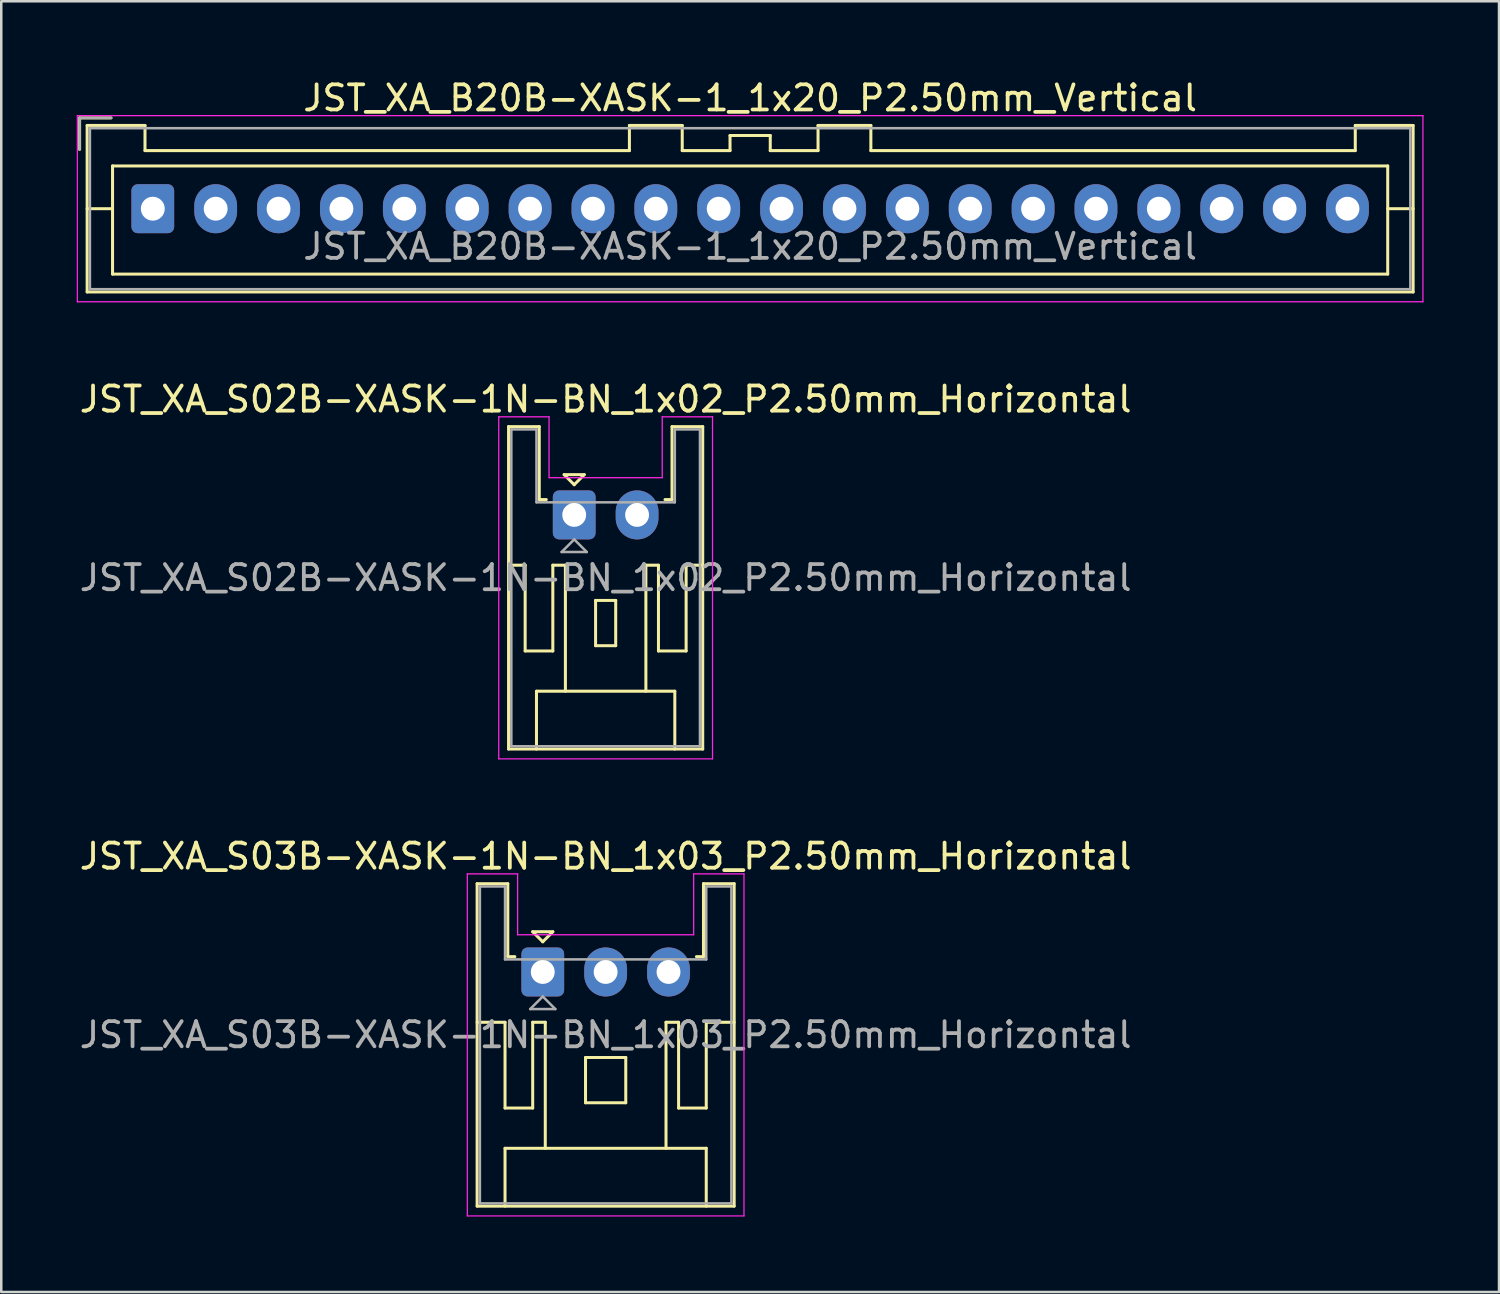
<source format=kicad_pcb>
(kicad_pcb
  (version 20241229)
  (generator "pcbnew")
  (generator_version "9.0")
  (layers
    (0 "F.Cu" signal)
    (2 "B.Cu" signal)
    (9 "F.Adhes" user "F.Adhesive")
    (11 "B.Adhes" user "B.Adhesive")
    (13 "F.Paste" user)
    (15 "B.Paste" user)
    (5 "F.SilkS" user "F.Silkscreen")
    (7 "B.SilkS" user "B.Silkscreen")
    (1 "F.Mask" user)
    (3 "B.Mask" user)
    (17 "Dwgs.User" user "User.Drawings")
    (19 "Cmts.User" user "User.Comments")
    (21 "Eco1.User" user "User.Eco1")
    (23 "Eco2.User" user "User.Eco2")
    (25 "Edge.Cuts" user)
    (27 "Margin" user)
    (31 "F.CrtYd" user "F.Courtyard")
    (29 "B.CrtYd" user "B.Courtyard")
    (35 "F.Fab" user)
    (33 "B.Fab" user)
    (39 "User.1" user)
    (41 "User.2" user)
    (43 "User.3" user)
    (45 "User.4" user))
  (footprint "JST_XA_S03B-XASK-1N-BN_1x03_P2.50mm_Horizontal"
    (layer "F.Cu")
    (at 18.53 35.595)
    (property "Reference" "JST_XA_S03B-XASK-1N-BN_1x03_P2.50mm_Horizontal" (at 2.5 -4.6 0) (layer "F.SilkS") (effects (font (size 1 1) (thickness 0.15))))
    (attr through_hole)
    (fp_line (start -2.61 -3.51) (end -2.61 9.31) (stroke (width 0.12) (type solid)) (layer "F.SilkS"))
    (fp_line (start -2.61 9.31) (end 7.61 9.31) (stroke (width 0.12) (type solid)) (layer "F.SilkS"))
    (fp_line (start -1.5 2) (end -2.61 2) (stroke (width 0.12) (type solid)) (layer "F.SilkS"))
    (fp_line (start -1.5 5.41) (end -1.5 2) (stroke (width 0.12) (type solid)) (layer "F.SilkS"))
    (fp_line (start -1.5 7.01) (end 6.5 7.01) (stroke (width 0.12) (type solid)) (layer "F.SilkS"))
    (fp_line (start -1.5 9.31) (end -1.5 7.01) (stroke (width 0.12) (type solid)) (layer "F.SilkS"))
    (fp_line (start -1.39 -3.51) (end -2.61 -3.51) (stroke (width 0.12) (type solid)) (layer "F.SilkS"))
    (fp_line (start -1.39 -0.61) (end -1.39 -3.51) (stroke (width 0.12) (type solid)) (layer "F.SilkS"))
    (fp_line (start -1.11 -0.61) (end -1.39 -0.61) (stroke (width 0.12) (type solid)) (layer "F.SilkS"))
    (fp_line (start -0.4 -1.6) (end 0.4 -1.6) (stroke (width 0.12) (type solid)) (layer "F.SilkS"))
    (fp_line (start -0.4 2) (end -0.4 5.41) (stroke (width 0.12) (type solid)) (layer "F.SilkS"))
    (fp_line (start -0.4 5.41) (end -1.5 5.41) (stroke (width 0.12) (type solid)) (layer "F.SilkS"))
    (fp_line (start 0 -1.2) (end -0.4 -1.6) (stroke (width 0.12) (type solid)) (layer "F.SilkS"))
    (fp_line (start 0.1 2) (end -0.4 2) (stroke (width 0.12) (type solid)) (layer "F.SilkS"))
    (fp_line (start 0.1 7.01) (end 0.1 2) (stroke (width 0.12) (type solid)) (layer "F.SilkS"))
    (fp_line (start 0.4 -1.6) (end 0 -1.2) (stroke (width 0.12) (type solid)) (layer "F.SilkS"))
    (fp_line (start 1.7 3.4) (end 3.3 3.4) (stroke (width 0.12) (type solid)) (layer "F.SilkS"))
    (fp_line (start 1.7 5.2) (end 1.7 3.4) (stroke (width 0.12) (type solid)) (layer "F.SilkS"))
    (fp_line (start 3.3 3.4) (end 3.3 5.2) (stroke (width 0.12) (type solid)) (layer "F.SilkS"))
    (fp_line (start 3.3 5.2) (end 1.7 5.2) (stroke (width 0.12) (type solid)) (layer "F.SilkS"))
    (fp_line (start 4.9 2) (end 5.4 2) (stroke (width 0.12) (type solid)) (layer "F.SilkS"))
    (fp_line (start 4.9 7.01) (end 4.9 2) (stroke (width 0.12) (type solid)) (layer "F.SilkS"))
    (fp_line (start 5.4 2) (end 5.4 5.41) (stroke (width 0.12) (type solid)) (layer "F.SilkS"))
    (fp_line (start 5.4 5.41) (end 6.5 5.41) (stroke (width 0.12) (type solid)) (layer "F.SilkS"))
    (fp_line (start 6.39 -3.51) (end 6.39 -0.61) (stroke (width 0.12) (type solid)) (layer "F.SilkS"))
    (fp_line (start 6.39 -0.61) (end 6.11 -0.61) (stroke (width 0.12) (type solid)) (layer "F.SilkS"))
    (fp_line (start 6.5 2) (end 7.61 2) (stroke (width 0.12) (type solid)) (layer "F.SilkS"))
    (fp_line (start 6.5 5.41) (end 6.5 2) (stroke (width 0.12) (type solid)) (layer "F.SilkS"))
    (fp_line (start 6.5 7.01) (end 6.5 9.31) (stroke (width 0.12) (type solid)) (layer "F.SilkS"))
    (fp_line (start 7.61 -3.51) (end 6.39 -3.51) (stroke (width 0.12) (type solid)) (layer "F.SilkS"))
    (fp_line (start 7.61 9.31) (end 7.61 -3.51) (stroke (width 0.12) (type solid)) (layer "F.SilkS"))
    (fp_line (start -3 -3.9) (end -3 9.7) (stroke (width 0.05) (type solid)) (layer "F.CrtYd"))
    (fp_line (start -3 9.7) (end 8 9.7) (stroke (width 0.05) (type solid)) (layer "F.CrtYd"))
    (fp_line (start -1 -3.9) (end -3 -3.9) (stroke (width 0.05) (type solid)) (layer "F.CrtYd"))
    (fp_line (start -1 -1.48) (end -1 -3.9) (stroke (width 0.05) (type solid)) (layer "F.CrtYd"))
    (fp_line (start 6 -3.9) (end 6 -1.48) (stroke (width 0.05) (type solid)) (layer "F.CrtYd"))
    (fp_line (start 6 -1.48) (end -1 -1.48) (stroke (width 0.05) (type solid)) (layer "F.CrtYd"))
    (fp_line (start 8 -3.9) (end 6 -3.9) (stroke (width 0.05) (type solid)) (layer "F.CrtYd"))
    (fp_line (start 8 9.7) (end 8 -3.9) (stroke (width 0.05) (type solid)) (layer "F.CrtYd"))
    (fp_line (start -2.5 -3.4) (end -2.5 9.2) (stroke (width 0.1) (type solid)) (layer "F.Fab"))
    (fp_line (start -2.5 9.2) (end 7.5 9.2) (stroke (width 0.1) (type solid)) (layer "F.Fab"))
    (fp_line (start -1.5 -3.4) (end -2.5 -3.4) (stroke (width 0.1) (type solid)) (layer "F.Fab"))
    (fp_line (start -1.5 -0.5) (end -1.5 -3.4) (stroke (width 0.1) (type solid)) (layer "F.Fab"))
    (fp_line (start -0.5 1.475) (end 0.5 1.475) (stroke (width 0.1) (type solid)) (layer "F.Fab"))
    (fp_line (start 0 0.975) (end -0.5 1.475) (stroke (width 0.1) (type solid)) (layer "F.Fab"))
    (fp_line (start 0.5 1.475) (end 0 0.975) (stroke (width 0.1) (type solid)) (layer "F.Fab"))
    (fp_line (start 6.5 -3.4) (end 6.5 -0.5) (stroke (width 0.1) (type solid)) (layer "F.Fab"))
    (fp_line (start 6.5 -0.5) (end -1.5 -0.5) (stroke (width 0.1) (type solid)) (layer "F.Fab"))
    (fp_line (start 7.5 -3.4) (end 6.5 -3.4) (stroke (width 0.1) (type solid)) (layer "F.Fab"))
    (fp_line (start 7.5 9.2) (end 7.5 -3.4) (stroke (width 0.1) (type solid)) (layer "F.Fab"))
    (fp_text user "${REFERENCE}" (at 2.5 2.5 0) (layer "F.Fab") (effects (font (size 1 1) (thickness 0.15))))
    (pad "1" thru_hole roundrect (at 0 0) (size 1.7 1.95) (drill 0.95) (layers "*.Cu" "*.Mask") (roundrect_rratio 0.147))
    (pad "2" thru_hole oval (at 2.5 0) (size 1.7 1.95) (drill 0.95) (layers "*.Cu" "*.Mask"))
    (pad "3" thru_hole oval (at 5 0) (size 1.7 1.95) (drill 0.95) (layers "*.Cu" "*.Mask")))
  (footprint "JST_XA_B20B-XASK-1_1x20_P2.50mm_Vertical"
    (layer "F.Cu")
    (at 3.025 5.248)
    (property "Reference" "JST_XA_B20B-XASK-1_1x20_P2.50mm_Vertical" (at 23.75 -4.4 0) (layer "F.SilkS") (effects (font (size 1 1) (thickness 0.15))))
    (attr through_hole)
    (fp_line (start -2.91 -3.61) (end -2.91 -2.36) (stroke (width 0.12) (type solid)) (layer "F.SilkS"))
    (fp_line (start -2.61 -3.31) (end -2.61 3.31) (stroke (width 0.12) (type solid)) (layer "F.SilkS"))
    (fp_line (start -2.61 0) (end -1.6 0) (stroke (width 0.12) (type solid)) (layer "F.SilkS"))
    (fp_line (start -2.61 3.31) (end 50.11 3.31) (stroke (width 0.12) (type solid)) (layer "F.SilkS"))
    (fp_line (start -1.66 -3.61) (end -2.91 -3.61) (stroke (width 0.12) (type solid)) (layer "F.SilkS"))
    (fp_line (start -1.6 -1.7) (end -1.6 2.6) (stroke (width 0.12) (type solid)) (layer "F.SilkS"))
    (fp_line (start -1.6 2.6) (end 49.1 2.6) (stroke (width 0.12) (type solid)) (layer "F.SilkS"))
    (fp_line (start -0.31 -3.31) (end -2.61 -3.31) (stroke (width 0.12) (type solid)) (layer "F.SilkS"))
    (fp_line (start -0.31 -2.31) (end -0.31 -3.31) (stroke (width 0.12) (type solid)) (layer "F.SilkS"))
    (fp_line (start 18.95 -3.31) (end 18.95 -2.31) (stroke (width 0.12) (type solid)) (layer "F.SilkS"))
    (fp_line (start 18.95 -2.31) (end -0.31 -2.31) (stroke (width 0.12) (type solid)) (layer "F.SilkS"))
    (fp_line (start 21.05 -3.31) (end 18.95 -3.31) (stroke (width 0.12) (type solid)) (layer "F.SilkS"))
    (fp_line (start 21.05 -2.31) (end 21.05 -3.31) (stroke (width 0.12) (type solid)) (layer "F.SilkS"))
    (fp_line (start 22.95 -2.91) (end 22.95 -2.31) (stroke (width 0.12) (type solid)) (layer "F.SilkS"))
    (fp_line (start 22.95 -2.31) (end 21.05 -2.31) (stroke (width 0.12) (type solid)) (layer "F.SilkS"))
    (fp_line (start 24.55 -2.91) (end 22.95 -2.91) (stroke (width 0.12) (type solid)) (layer "F.SilkS"))
    (fp_line (start 24.55 -2.31) (end 24.55 -2.91) (stroke (width 0.12) (type solid)) (layer "F.SilkS"))
    (fp_line (start 26.45 -3.31) (end 26.45 -2.31) (stroke (width 0.12) (type solid)) (layer "F.SilkS"))
    (fp_line (start 26.45 -2.31) (end 24.55 -2.31) (stroke (width 0.12) (type solid)) (layer "F.SilkS"))
    (fp_line (start 28.55 -3.31) (end 26.45 -3.31) (stroke (width 0.12) (type solid)) (layer "F.SilkS"))
    (fp_line (start 28.55 -2.31) (end 28.55 -3.31) (stroke (width 0.12) (type solid)) (layer "F.SilkS"))
    (fp_line (start 47.81 -3.31) (end 47.81 -2.31) (stroke (width 0.12) (type solid)) (layer "F.SilkS"))
    (fp_line (start 47.81 -2.31) (end 28.55 -2.31) (stroke (width 0.12) (type solid)) (layer "F.SilkS"))
    (fp_line (start 49.1 -1.7) (end -1.6 -1.7) (stroke (width 0.12) (type solid)) (layer "F.SilkS"))
    (fp_line (start 49.1 2.6) (end 49.1 -1.7) (stroke (width 0.12) (type solid)) (layer "F.SilkS"))
    (fp_line (start 50.11 -3.31) (end 47.81 -3.31) (stroke (width 0.12) (type solid)) (layer "F.SilkS"))
    (fp_line (start 50.11 0) (end 49.1 0) (stroke (width 0.12) (type solid)) (layer "F.SilkS"))
    (fp_line (start 50.11 3.31) (end 50.11 -3.31) (stroke (width 0.12) (type solid)) (layer "F.SilkS"))
    (fp_line (start -3 -3.7) (end -3 3.7) (stroke (width 0.05) (type solid)) (layer "F.CrtYd"))
    (fp_line (start -3 3.7) (end 50.5 3.7) (stroke (width 0.05) (type solid)) (layer "F.CrtYd"))
    (fp_line (start 50.5 -3.7) (end -3 -3.7) (stroke (width 0.05) (type solid)) (layer "F.CrtYd"))
    (fp_line (start 50.5 3.7) (end 50.5 -3.7) (stroke (width 0.05) (type solid)) (layer "F.CrtYd"))
    (fp_line (start -2.91 -3.61) (end -2.91 -2.36) (stroke (width 0.1) (type solid)) (layer "F.Fab"))
    (fp_line (start -2.5 -3.2) (end -2.5 3.2) (stroke (width 0.1) (type solid)) (layer "F.Fab"))
    (fp_line (start -2.5 3.2) (end 50 3.2) (stroke (width 0.1) (type solid)) (layer "F.Fab"))
    (fp_line (start -1.66 -3.61) (end -2.91 -3.61) (stroke (width 0.1) (type solid)) (layer "F.Fab"))
    (fp_line (start 50 -3.2) (end -2.5 -3.2) (stroke (width 0.1) (type solid)) (layer "F.Fab"))
    (fp_line (start 50 3.2) (end 50 -3.2) (stroke (width 0.1) (type solid)) (layer "F.Fab"))
    (fp_text user "${REFERENCE}" (at 23.75 1.5 0) (layer "F.Fab") (effects (font (size 1 1) (thickness 0.15))))
    (pad "1" thru_hole roundrect (at 0 0) (size 1.7 1.95) (drill 0.95) (layers "*.Cu" "*.Mask") (roundrect_rratio 0.147))
    (pad "2" thru_hole oval (at 2.5 0) (size 1.7 1.95) (drill 0.95) (layers "*.Cu" "*.Mask"))
    (pad "3" thru_hole oval (at 5 0) (size 1.7 1.95) (drill 0.95) (layers "*.Cu" "*.Mask"))
    (pad "4" thru_hole oval (at 7.5 0) (size 1.7 1.95) (drill 0.95) (layers "*.Cu" "*.Mask"))
    (pad "5" thru_hole oval (at 10 0) (size 1.7 1.95) (drill 0.95) (layers "*.Cu" "*.Mask"))
    (pad "6" thru_hole oval (at 12.5 0) (size 1.7 1.95) (drill 0.95) (layers "*.Cu" "*.Mask"))
    (pad "7" thru_hole oval (at 15 0) (size 1.7 1.95) (drill 0.95) (layers "*.Cu" "*.Mask"))
    (pad "8" thru_hole oval (at 17.5 0) (size 1.7 1.95) (drill 0.95) (layers "*.Cu" "*.Mask"))
    (pad "9" thru_hole oval (at 20 0) (size 1.7 1.95) (drill 0.95) (layers "*.Cu" "*.Mask"))
    (pad "10" thru_hole oval (at 22.5 0) (size 1.7 1.95) (drill 0.95) (layers "*.Cu" "*.Mask"))
    (pad "11" thru_hole oval (at 25 0) (size 1.7 1.95) (drill 0.95) (layers "*.Cu" "*.Mask"))
    (pad "12" thru_hole oval (at 27.5 0) (size 1.7 1.95) (drill 0.95) (layers "*.Cu" "*.Mask"))
    (pad "13" thru_hole oval (at 30 0) (size 1.7 1.95) (drill 0.95) (layers "*.Cu" "*.Mask"))
    (pad "14" thru_hole oval (at 32.5 0) (size 1.7 1.95) (drill 0.95) (layers "*.Cu" "*.Mask"))
    (pad "15" thru_hole oval (at 35 0) (size 1.7 1.95) (drill 0.95) (layers "*.Cu" "*.Mask"))
    (pad "16" thru_hole oval (at 37.5 0) (size 1.7 1.95) (drill 0.95) (layers "*.Cu" "*.Mask"))
    (pad "17" thru_hole oval (at 40 0) (size 1.7 1.95) (drill 0.95) (layers "*.Cu" "*.Mask"))
    (pad "18" thru_hole oval (at 42.5 0) (size 1.7 1.95) (drill 0.95) (layers "*.Cu" "*.Mask"))
    (pad "19" thru_hole oval (at 45 0) (size 1.7 1.95) (drill 0.95) (layers "*.Cu" "*.Mask"))
    (pad "20" thru_hole oval (at 47.5 0) (size 1.7 1.95) (drill 0.95) (layers "*.Cu" "*.Mask")))
  (footprint "JST_XA_S02B-XASK-1N-BN_1x02_P2.50mm_Horizontal"
    (layer "F.Cu")
    (at 19.78 17.422)
    (property "Reference" "JST_XA_S02B-XASK-1N-BN_1x02_P2.50mm_Horizontal" (at 1.25 -4.6 0) (layer "F.SilkS") (effects (font (size 1 1) (thickness 0.15))))
    (attr through_hole)
    (fp_line (start -2.61 -3.51) (end -2.61 9.31) (stroke (width 0.12) (type solid)) (layer "F.SilkS"))
    (fp_line (start -2.61 9.31) (end 5.11 9.31) (stroke (width 0.12) (type solid)) (layer "F.SilkS"))
    (fp_line (start -1.95 2) (end -2.61 2) (stroke (width 0.12) (type solid)) (layer "F.SilkS"))
    (fp_line (start -1.95 5.41) (end -1.95 2) (stroke (width 0.12) (type solid)) (layer "F.SilkS"))
    (fp_line (start -1.5 7.01) (end 4 7.01) (stroke (width 0.12) (type solid)) (layer "F.SilkS"))
    (fp_line (start -1.5 9.31) (end -1.5 7.01) (stroke (width 0.12) (type solid)) (layer "F.SilkS"))
    (fp_line (start -1.39 -3.51) (end -2.61 -3.51) (stroke (width 0.12) (type solid)) (layer "F.SilkS"))
    (fp_line (start -1.39 -0.61) (end -1.39 -3.51) (stroke (width 0.12) (type solid)) (layer "F.SilkS"))
    (fp_line (start -1.11 -0.61) (end -1.39 -0.61) (stroke (width 0.12) (type solid)) (layer "F.SilkS"))
    (fp_line (start -0.85 2) (end -0.85 5.41) (stroke (width 0.12) (type solid)) (layer "F.SilkS"))
    (fp_line (start -0.85 5.41) (end -1.95 5.41) (stroke (width 0.12) (type solid)) (layer "F.SilkS"))
    (fp_line (start -0.4 -1.6) (end 0.4 -1.6) (stroke (width 0.12) (type solid)) (layer "F.SilkS"))
    (fp_line (start -0.35 2) (end -0.85 2) (stroke (width 0.12) (type solid)) (layer "F.SilkS"))
    (fp_line (start -0.35 7.01) (end -0.35 2) (stroke (width 0.12) (type solid)) (layer "F.SilkS"))
    (fp_line (start 0 -1.2) (end -0.4 -1.6) (stroke (width 0.12) (type solid)) (layer "F.SilkS"))
    (fp_line (start 0.4 -1.6) (end 0 -1.2) (stroke (width 0.12) (type solid)) (layer "F.SilkS"))
    (fp_line (start 0.85 3.4) (end 1.65 3.4) (stroke (width 0.12) (type solid)) (layer "F.SilkS"))
    (fp_line (start 0.85 5.2) (end 0.85 3.4) (stroke (width 0.12) (type solid)) (layer "F.SilkS"))
    (fp_line (start 1.65 3.4) (end 1.65 5.2) (stroke (width 0.12) (type solid)) (layer "F.SilkS"))
    (fp_line (start 1.65 5.2) (end 0.85 5.2) (stroke (width 0.12) (type solid)) (layer "F.SilkS"))
    (fp_line (start 2.85 2) (end 3.35 2) (stroke (width 0.12) (type solid)) (layer "F.SilkS"))
    (fp_line (start 2.85 7.01) (end 2.85 2) (stroke (width 0.12) (type solid)) (layer "F.SilkS"))
    (fp_line (start 3.35 2) (end 3.35 5.41) (stroke (width 0.12) (type solid)) (layer "F.SilkS"))
    (fp_line (start 3.35 5.41) (end 4.45 5.41) (stroke (width 0.12) (type solid)) (layer "F.SilkS"))
    (fp_line (start 3.89 -3.51) (end 3.89 -0.61) (stroke (width 0.12) (type solid)) (layer "F.SilkS"))
    (fp_line (start 3.89 -0.61) (end 3.61 -0.61) (stroke (width 0.12) (type solid)) (layer "F.SilkS"))
    (fp_line (start 4 7.01) (end 4 9.31) (stroke (width 0.12) (type solid)) (layer "F.SilkS"))
    (fp_line (start 4.45 2) (end 5.11 2) (stroke (width 0.12) (type solid)) (layer "F.SilkS"))
    (fp_line (start 4.45 5.41) (end 4.45 2) (stroke (width 0.12) (type solid)) (layer "F.SilkS"))
    (fp_line (start 5.11 -3.51) (end 3.89 -3.51) (stroke (width 0.12) (type solid)) (layer "F.SilkS"))
    (fp_line (start 5.11 9.31) (end 5.11 -3.51) (stroke (width 0.12) (type solid)) (layer "F.SilkS"))
    (fp_line (start -3 -3.9) (end -3 9.7) (stroke (width 0.05) (type solid)) (layer "F.CrtYd"))
    (fp_line (start -3 9.7) (end 5.5 9.7) (stroke (width 0.05) (type solid)) (layer "F.CrtYd"))
    (fp_line (start -1 -3.9) (end -3 -3.9) (stroke (width 0.05) (type solid)) (layer "F.CrtYd"))
    (fp_line (start -1 -1.48) (end -1 -3.9) (stroke (width 0.05) (type solid)) (layer "F.CrtYd"))
    (fp_line (start 3.5 -3.9) (end 3.5 -1.48) (stroke (width 0.05) (type solid)) (layer "F.CrtYd"))
    (fp_line (start 3.5 -1.48) (end -1 -1.48) (stroke (width 0.05) (type solid)) (layer "F.CrtYd"))
    (fp_line (start 5.5 -3.9) (end 3.5 -3.9) (stroke (width 0.05) (type solid)) (layer "F.CrtYd"))
    (fp_line (start 5.5 9.7) (end 5.5 -3.9) (stroke (width 0.05) (type solid)) (layer "F.CrtYd"))
    (fp_line (start -2.5 -3.4) (end -2.5 9.2) (stroke (width 0.1) (type solid)) (layer "F.Fab"))
    (fp_line (start -2.5 9.2) (end 5 9.2) (stroke (width 0.1) (type solid)) (layer "F.Fab"))
    (fp_line (start -1.5 -3.4) (end -2.5 -3.4) (stroke (width 0.1) (type solid)) (layer "F.Fab"))
    (fp_line (start -1.5 -0.5) (end -1.5 -3.4) (stroke (width 0.1) (type solid)) (layer "F.Fab"))
    (fp_line (start -0.5 1.475) (end 0.5 1.475) (stroke (width 0.1) (type solid)) (layer "F.Fab"))
    (fp_line (start 0 0.975) (end -0.5 1.475) (stroke (width 0.1) (type solid)) (layer "F.Fab"))
    (fp_line (start 0.5 1.475) (end 0 0.975) (stroke (width 0.1) (type solid)) (layer "F.Fab"))
    (fp_line (start 4 -3.4) (end 4 -0.5) (stroke (width 0.1) (type solid)) (layer "F.Fab"))
    (fp_line (start 4 -0.5) (end -1.5 -0.5) (stroke (width 0.1) (type solid)) (layer "F.Fab"))
    (fp_line (start 5 -3.4) (end 4 -3.4) (stroke (width 0.1) (type solid)) (layer "F.Fab"))
    (fp_line (start 5 9.2) (end 5 -3.4) (stroke (width 0.1) (type solid)) (layer "F.Fab"))
    (fp_text user "${REFERENCE}" (at 1.25 2.5 0) (layer "F.Fab") (effects (font (size 1 1) (thickness 0.15))))
    (pad "1" thru_hole roundrect (at 0 0) (size 1.7 1.95) (drill 0.95) (layers "*.Cu" "*.Mask") (roundrect_rratio 0.147))
    (pad "2" thru_hole oval (at 2.5 0) (size 1.7 1.95) (drill 0.95) (layers "*.Cu" "*.Mask")))
  (gr_rect
    (start -3 -3)
    (end 56.55 48.32)
    (stroke (width 0.1) (type default))
    (fill no)
    (layer "Edge.Cuts")))
</source>
